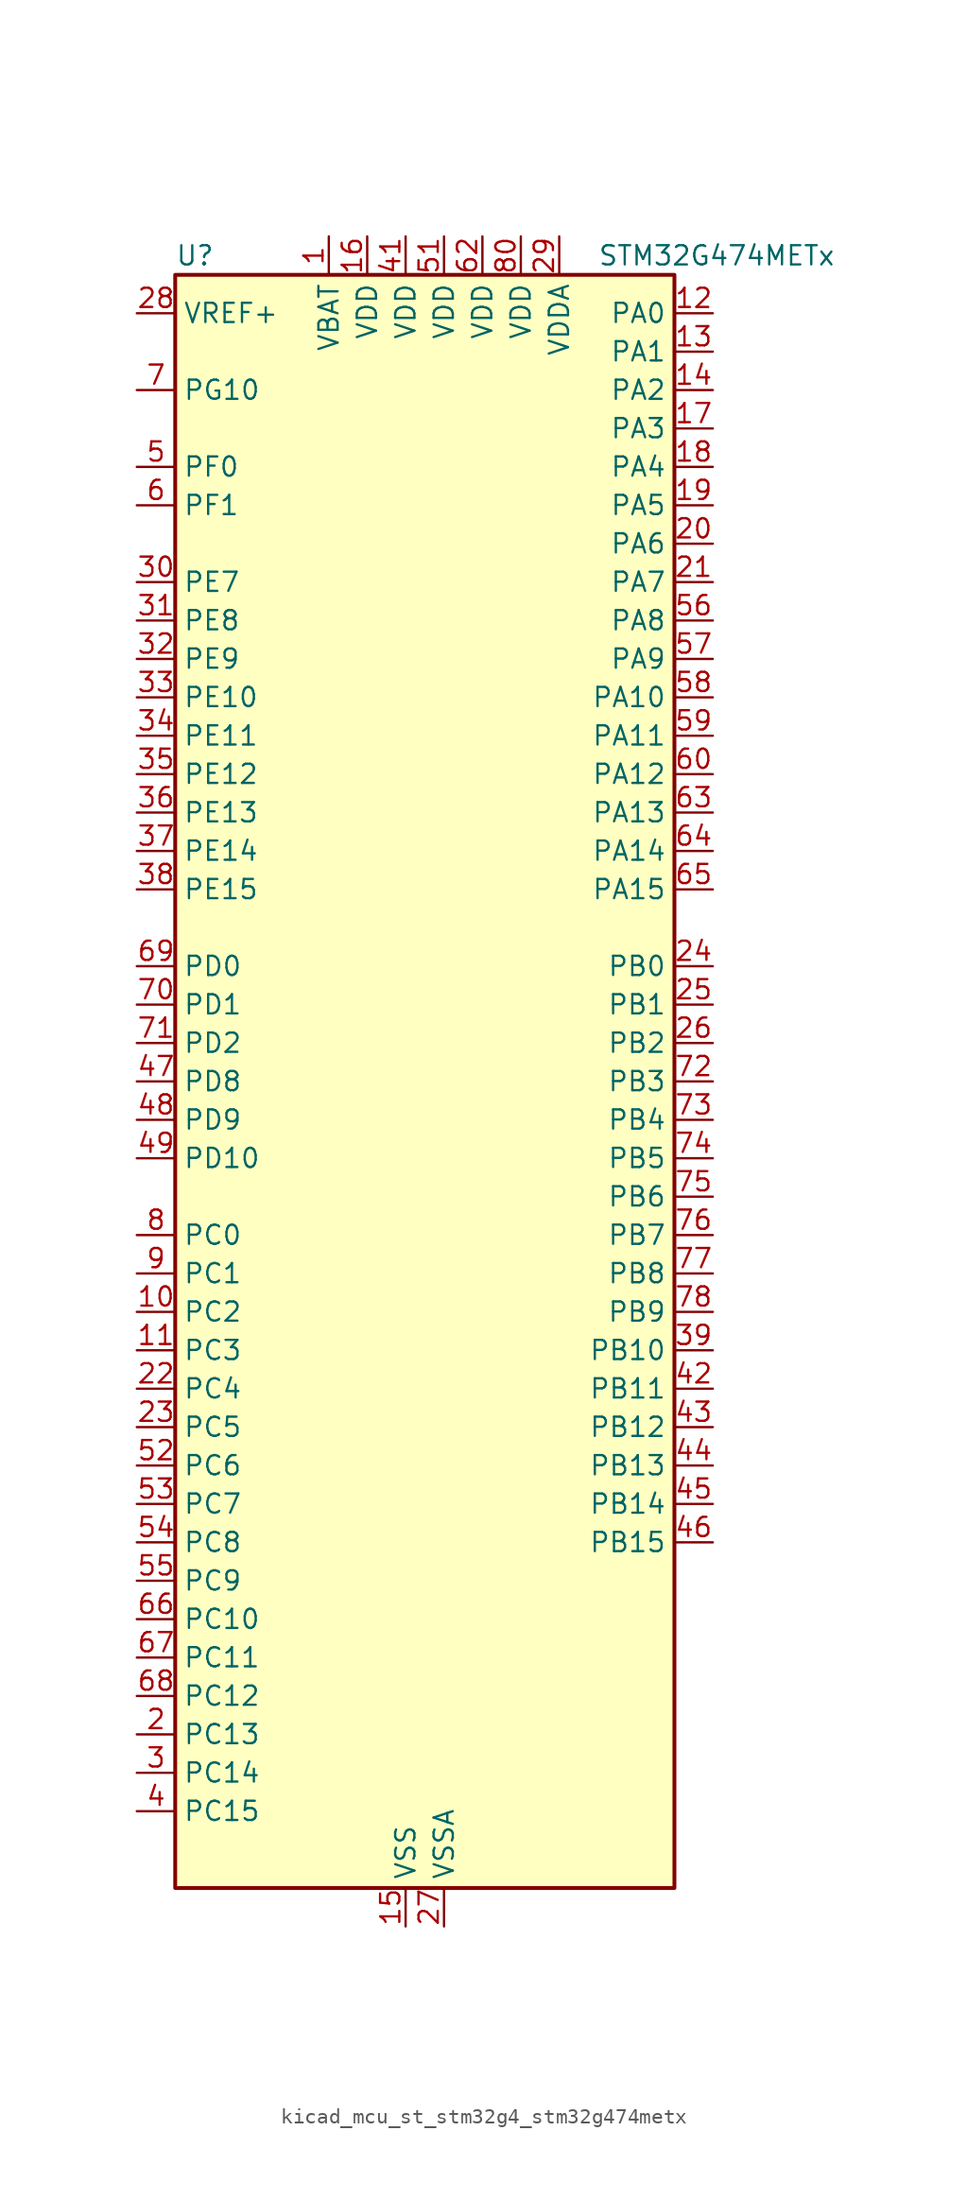
<source format=kicad_sym>
(kicad_symbol_lib
  (version 20220914)
  (generator kicad_symbol_editor)
  (symbol "kicad_mcu_st_stm32g4_stm32g474metx"
    (property "Reference" "U"
      (at -15.24 54.61 0)
      (effects (font (size 1.27 1.27)) (justify left)))
    (property "Value" "STM32G474METx"
      (at 12.7 54.61 0)
      (effects (font (size 1.27 1.27)) (justify left)))
    (property "ki_locked" ""
      (at 0 0 0)
      (effects (font (size 1.27 1.27))))
    (symbol "kicad_mcu_st_stm32g4_stm32g474metx_0_1"
      (rectangle (start -15.24 -53.34) (end 17.78 53.34) (stroke (width 0.254) (type default)) (fill (type background))))
    (symbol "kicad_mcu_st_stm32g4_stm32g474metx_1_1"
      (pin power_in line (at -5.08 55.88 270) (length 2.54) (name "VBAT" (effects (font (size 1.27 1.27)))) (number "1" (effects (font (size 1.27 1.27)))))
      (pin bidirectional line (at -17.78 -15.24 0) (length 2.54) (name "PC2" (effects (font (size 1.27 1.27)))) (number "10" (effects (font (size 1.27 1.27)))) (alternate "ADC1_IN8" bidirectional line) (alternate "ADC2_IN8" bidirectional line) (alternate "ADC3_EXTI2" bidirectional line) (alternate "ADC4_EXTI2" bidirectional line) (alternate "ADC5_EXTI2" bidirectional line) (alternate "COMP3_OUT" bidirectional line) (alternate "LPTIM1_IN2" bidirectional line) (alternate "QUADSPI1_BK2_IO1" bidirectional line) (alternate "TIM1_CH3" bidirectional line) (alternate "TIM20_CH2" bidirectional line))
      (pin bidirectional line (at -17.78 -17.78 0) (length 2.54) (name "PC3" (effects (font (size 1.27 1.27)))) (number "11" (effects (font (size 1.27 1.27)))) (alternate "ADC1_IN9" bidirectional line) (alternate "ADC2_IN9" bidirectional line) (alternate "ADC3_EXTI3" bidirectional line) (alternate "ADC4_EXTI3" bidirectional line) (alternate "ADC5_EXTI3" bidirectional line) (alternate "LPTIM1_ETR" bidirectional line) (alternate "OPAMP5_VINP" bidirectional line) (alternate "OPAMP5_VINP_SEC" bidirectional line) (alternate "QUADSPI1_BK2_IO2" bidirectional line) (alternate "SAI1_D1" bidirectional line) (alternate "SAI1_SD_A" bidirectional line) (alternate "TIM1_BKIN2" bidirectional line) (alternate "TIM1_CH4" bidirectional line))
      (pin bidirectional line (at 20.32 50.8 180) (length 2.54) (name "PA0" (effects (font (size 1.27 1.27)))) (number "12" (effects (font (size 1.27 1.27)))) (alternate "ADC1_IN1" bidirectional line) (alternate "ADC2_IN1" bidirectional line) (alternate "COMP1_INM" bidirectional line) (alternate "COMP1_OUT" bidirectional line) (alternate "COMP3_INP" bidirectional line) (alternate "RTC_TAMP2" bidirectional line) (alternate "SYS_WKUP1" bidirectional line) (alternate "TIM2_CH1" bidirectional line) (alternate "TIM2_ETR" bidirectional line) (alternate "TIM5_CH1" bidirectional line) (alternate "TIM8_BKIN" bidirectional line) (alternate "TIM8_ETR" bidirectional line) (alternate "USART2_CTS" bidirectional line) (alternate "USART2_NSS" bidirectional line))
      (pin bidirectional line (at 20.32 48.26 180) (length 2.54) (name "PA1" (effects (font (size 1.27 1.27)))) (number "13" (effects (font (size 1.27 1.27)))) (alternate "ADC1_IN2" bidirectional line) (alternate "ADC2_IN2" bidirectional line) (alternate "COMP1_INP" bidirectional line) (alternate "OPAMP1_VINP" bidirectional line) (alternate "OPAMP1_VINP_SEC" bidirectional line) (alternate "OPAMP3_VINP" bidirectional line) (alternate "OPAMP3_VINP_SEC" bidirectional line) (alternate "OPAMP6_VINM" bidirectional line) (alternate "OPAMP6_VINM0" bidirectional line) (alternate "OPAMP6_VINM_SEC" bidirectional line) (alternate "RTC_REFIN" bidirectional line) (alternate "TIM15_CH1N" bidirectional line) (alternate "TIM2_CH2" bidirectional line) (alternate "TIM5_CH2" bidirectional line) (alternate "USART2_DE" bidirectional line) (alternate "USART2_RTS" bidirectional line))
      (pin bidirectional line (at 20.32 45.72 180) (length 2.54) (name "PA2" (effects (font (size 1.27 1.27)))) (number "14" (effects (font (size 1.27 1.27)))) (alternate "ADC1_IN3" bidirectional line) (alternate "ADC3_EXTI2" bidirectional line) (alternate "ADC4_EXTI2" bidirectional line) (alternate "ADC5_EXTI2" bidirectional line) (alternate "COMP2_INM" bidirectional line) (alternate "COMP2_OUT" bidirectional line) (alternate "LPUART1_TX" bidirectional line) (alternate "OPAMP1_VOUT" bidirectional line) (alternate "QUADSPI1_BK1_NCS" bidirectional line) (alternate "RCC_LSCO" bidirectional line) (alternate "SYS_WKUP4" bidirectional line) (alternate "TIM15_CH1" bidirectional line) (alternate "TIM2_CH3" bidirectional line) (alternate "TIM5_CH3" bidirectional line) (alternate "UCPD1_FRSTX1" bidirectional line) (alternate "UCPD1_FRSTX2" bidirectional line) (alternate "USART2_TX" bidirectional line))
      (pin power_in line (at 0 -55.88 90) (length 2.54) (name "VSS" (effects (font (size 1.27 1.27)))) (number "15" (effects (font (size 1.27 1.27)))))
      (pin power_in line (at -2.54 55.88 270) (length 2.54) (name "VDD" (effects (font (size 1.27 1.27)))) (number "16" (effects (font (size 1.27 1.27)))))
      (pin bidirectional line (at 20.32 43.18 180) (length 2.54) (name "PA3" (effects (font (size 1.27 1.27)))) (number "17" (effects (font (size 1.27 1.27)))) (alternate "ADC1_IN4" bidirectional line) (alternate "ADC3_EXTI3" bidirectional line) (alternate "ADC4_EXTI3" bidirectional line) (alternate "ADC5_EXTI3" bidirectional line) (alternate "COMP2_INP" bidirectional line) (alternate "LPUART1_RX" bidirectional line) (alternate "OPAMP1_VINM" bidirectional line) (alternate "OPAMP1_VINM0" bidirectional line) (alternate "OPAMP1_VINM_SEC" bidirectional line) (alternate "OPAMP1_VINP" bidirectional line) (alternate "OPAMP1_VINP_SEC" bidirectional line) (alternate "OPAMP5_VINM" bidirectional line) (alternate "OPAMP5_VINM1" bidirectional line) (alternate "OPAMP5_VINM_SEC" bidirectional line) (alternate "QUADSPI1_CLK" bidirectional line) (alternate "SAI1_CK1" bidirectional line) (alternate "SAI1_MCLK_A" bidirectional line) (alternate "TIM15_CH2" bidirectional line) (alternate "TIM2_CH4" bidirectional line) (alternate "TIM5_CH4" bidirectional line) (alternate "USART2_RX" bidirectional line))
      (pin bidirectional line (at 20.32 40.64 180) (length 2.54) (name "PA4" (effects (font (size 1.27 1.27)))) (number "18" (effects (font (size 1.27 1.27)))) (alternate "ADC2_IN17" bidirectional line) (alternate "COMP1_INM" bidirectional line) (alternate "DAC1_OUT1" bidirectional line) (alternate "I2S3_WS" bidirectional line) (alternate "SAI1_FS_B" bidirectional line) (alternate "SPI1_NSS" bidirectional line) (alternate "SPI3_NSS" bidirectional line) (alternate "TIM3_CH2" bidirectional line) (alternate "USART2_CK" bidirectional line))
      (pin bidirectional line (at 20.32 38.1 180) (length 2.54) (name "PA5" (effects (font (size 1.27 1.27)))) (number "19" (effects (font (size 1.27 1.27)))) (alternate "ADC2_IN13" bidirectional line) (alternate "COMP2_INM" bidirectional line) (alternate "DAC1_OUT2" bidirectional line) (alternate "OPAMP2_VINM" bidirectional line) (alternate "OPAMP2_VINM0" bidirectional line) (alternate "OPAMP2_VINM_SEC" bidirectional line) (alternate "SPI1_SCK" bidirectional line) (alternate "TIM2_CH1" bidirectional line) (alternate "TIM2_ETR" bidirectional line) (alternate "UCPD1_FRSTX1" bidirectional line) (alternate "UCPD1_FRSTX2" bidirectional line))
      (pin bidirectional line (at -17.78 -43.18 0) (length 2.54) (name "PC13" (effects (font (size 1.27 1.27)))) (number "2" (effects (font (size 1.27 1.27)))) (alternate "RTC_OUT1" bidirectional line) (alternate "RTC_TAMP1" bidirectional line) (alternate "RTC_TS" bidirectional line) (alternate "SYS_WKUP2" bidirectional line) (alternate "TIM1_BKIN" bidirectional line) (alternate "TIM1_CH1N" bidirectional line) (alternate "TIM8_CH4N" bidirectional line))
      (pin bidirectional line (at 20.32 35.56 180) (length 2.54) (name "PA6" (effects (font (size 1.27 1.27)))) (number "20" (effects (font (size 1.27 1.27)))) (alternate "ADC2_IN3" bidirectional line) (alternate "COMP1_OUT" bidirectional line) (alternate "DAC2_OUT1" bidirectional line) (alternate "LPUART1_CTS" bidirectional line) (alternate "OPAMP2_VOUT" bidirectional line) (alternate "QUADSPI1_BK1_IO3" bidirectional line) (alternate "SPI1_MISO" bidirectional line) (alternate "TIM16_CH1" bidirectional line) (alternate "TIM1_BKIN" bidirectional line) (alternate "TIM3_CH1" bidirectional line) (alternate "TIM8_BKIN" bidirectional line))
      (pin bidirectional line (at 20.32 33.02 180) (length 2.54) (name "PA7" (effects (font (size 1.27 1.27)))) (number "21" (effects (font (size 1.27 1.27)))) (alternate "ADC2_IN4" bidirectional line) (alternate "COMP2_INP" bidirectional line) (alternate "COMP2_OUT" bidirectional line) (alternate "OPAMP1_VINP" bidirectional line) (alternate "OPAMP1_VINP_SEC" bidirectional line) (alternate "OPAMP2_VINP" bidirectional line) (alternate "OPAMP2_VINP_SEC" bidirectional line) (alternate "QUADSPI1_BK1_IO2" bidirectional line) (alternate "SPI1_MOSI" bidirectional line) (alternate "TIM17_CH1" bidirectional line) (alternate "TIM1_CH1N" bidirectional line) (alternate "TIM3_CH2" bidirectional line) (alternate "TIM8_CH1N" bidirectional line) (alternate "UCPD1_FRSTX1" bidirectional line) (alternate "UCPD1_FRSTX2" bidirectional line))
      (pin bidirectional line (at -17.78 -20.32 0) (length 2.54) (name "PC4" (effects (font (size 1.27 1.27)))) (number "22" (effects (font (size 1.27 1.27)))) (alternate "ADC2_IN5" bidirectional line) (alternate "I2C2_SCL" bidirectional line) (alternate "QUADSPI1_BK2_IO3" bidirectional line) (alternate "TIM1_ETR" bidirectional line) (alternate "USART1_TX" bidirectional line))
      (pin bidirectional line (at -17.78 -22.86 0) (length 2.54) (name "PC5" (effects (font (size 1.27 1.27)))) (number "23" (effects (font (size 1.27 1.27)))) (alternate "ADC2_IN11" bidirectional line) (alternate "HRTIM1_EEV10" bidirectional line) (alternate "OPAMP1_VINM" bidirectional line) (alternate "OPAMP1_VINM1" bidirectional line) (alternate "OPAMP1_VINM_SEC" bidirectional line) (alternate "OPAMP2_VINM" bidirectional line) (alternate "OPAMP2_VINM1" bidirectional line) (alternate "OPAMP2_VINM_SEC" bidirectional line) (alternate "SAI1_D3" bidirectional line) (alternate "SYS_WKUP5" bidirectional line) (alternate "TIM15_BKIN" bidirectional line) (alternate "TIM1_CH4N" bidirectional line) (alternate "USART1_RX" bidirectional line))
      (pin bidirectional line (at 20.32 7.62 180) (length 2.54) (name "PB0" (effects (font (size 1.27 1.27)))) (number "24" (effects (font (size 1.27 1.27)))) (alternate "ADC1_IN15" bidirectional line) (alternate "ADC3_IN12" bidirectional line) (alternate "COMP4_INP" bidirectional line) (alternate "HRTIM1_FLT5" bidirectional line) (alternate "OPAMP2_VINP" bidirectional line) (alternate "OPAMP2_VINP_SEC" bidirectional line) (alternate "OPAMP3_VINP" bidirectional line) (alternate "OPAMP3_VINP_SEC" bidirectional line) (alternate "QUADSPI1_BK1_IO1" bidirectional line) (alternate "TIM1_CH2N" bidirectional line) (alternate "TIM3_CH3" bidirectional line) (alternate "TIM8_CH2N" bidirectional line) (alternate "UCPD1_FRSTX1" bidirectional line) (alternate "UCPD1_FRSTX2" bidirectional line))
      (pin bidirectional line (at 20.32 5.08 180) (length 2.54) (name "PB1" (effects (font (size 1.27 1.27)))) (number "25" (effects (font (size 1.27 1.27)))) (alternate "ADC1_IN12" bidirectional line) (alternate "ADC3_IN1" bidirectional line) (alternate "COMP1_INP" bidirectional line) (alternate "COMP4_OUT" bidirectional line) (alternate "HRTIM1_SCOUT" bidirectional line) (alternate "LPUART1_DE" bidirectional line) (alternate "LPUART1_RTS" bidirectional line) (alternate "OPAMP3_VOUT" bidirectional line) (alternate "OPAMP6_VINM" bidirectional line) (alternate "OPAMP6_VINM1" bidirectional line) (alternate "OPAMP6_VINM_SEC" bidirectional line) (alternate "QUADSPI1_BK1_IO0" bidirectional line) (alternate "TIM1_CH3N" bidirectional line) (alternate "TIM3_CH4" bidirectional line) (alternate "TIM8_CH3N" bidirectional line))
      (pin bidirectional line (at 20.32 2.54 180) (length 2.54) (name "PB2" (effects (font (size 1.27 1.27)))) (number "26" (effects (font (size 1.27 1.27)))) (alternate "ADC2_IN12" bidirectional line) (alternate "ADC3_EXTI2" bidirectional line) (alternate "ADC4_EXTI2" bidirectional line) (alternate "ADC5_EXTI2" bidirectional line) (alternate "COMP4_INM" bidirectional line) (alternate "HRTIM1_SCIN" bidirectional line) (alternate "I2C3_SMBA" bidirectional line) (alternate "LPTIM1_OUT" bidirectional line) (alternate "OPAMP3_VINM" bidirectional line) (alternate "OPAMP3_VINM0" bidirectional line) (alternate "OPAMP3_VINM_SEC" bidirectional line) (alternate "QUADSPI1_BK2_IO1" bidirectional line) (alternate "RTC_OUT2" bidirectional line) (alternate "TIM20_CH1" bidirectional line) (alternate "TIM5_CH1" bidirectional line))
      (pin power_in line (at 2.54 -55.88 90) (length 2.54) (name "VSSA" (effects (font (size 1.27 1.27)))) (number "27" (effects (font (size 1.27 1.27)))))
      (pin input line (at -17.78 50.8 0) (length 2.54) (name "VREF+" (effects (font (size 1.27 1.27)))) (number "28" (effects (font (size 1.27 1.27)))) (alternate "VREFBUF_OUT" bidirectional line))
      (pin power_in line (at 10.16 55.88 270) (length 2.54) (name "VDDA" (effects (font (size 1.27 1.27)))) (number "29" (effects (font (size 1.27 1.27)))))
      (pin bidirectional line (at -17.78 -45.72 0) (length 2.54) (name "PC14" (effects (font (size 1.27 1.27)))) (number "3" (effects (font (size 1.27 1.27)))) (alternate "RCC_OSC32_IN" bidirectional line))
      (pin bidirectional line (at -17.78 33.02 0) (length 2.54) (name "PE7" (effects (font (size 1.27 1.27)))) (number "30" (effects (font (size 1.27 1.27)))) (alternate "ADC3_IN4" bidirectional line) (alternate "COMP4_INP" bidirectional line) (alternate "SAI1_SD_B" bidirectional line) (alternate "TIM1_ETR" bidirectional line))
      (pin bidirectional line (at -17.78 30.48 0) (length 2.54) (name "PE8" (effects (font (size 1.27 1.27)))) (number "31" (effects (font (size 1.27 1.27)))) (alternate "ADC3_IN6" bidirectional line) (alternate "ADC4_IN6" bidirectional line) (alternate "ADC5_IN6" bidirectional line) (alternate "COMP4_INM" bidirectional line) (alternate "SAI1_SCK_B" bidirectional line) (alternate "TIM1_CH1N" bidirectional line) (alternate "TIM5_CH3" bidirectional line))
      (pin bidirectional line (at -17.78 27.94 0) (length 2.54) (name "PE9" (effects (font (size 1.27 1.27)))) (number "32" (effects (font (size 1.27 1.27)))) (alternate "ADC3_IN2" bidirectional line) (alternate "DAC1_EXTI9" bidirectional line) (alternate "DAC2_EXTI9" bidirectional line) (alternate "DAC3_EXTI9" bidirectional line) (alternate "DAC4_EXTI9" bidirectional line) (alternate "SAI1_FS_B" bidirectional line) (alternate "TIM1_CH1" bidirectional line) (alternate "TIM5_CH4" bidirectional line))
      (pin bidirectional line (at -17.78 25.4 0) (length 2.54) (name "PE10" (effects (font (size 1.27 1.27)))) (number "33" (effects (font (size 1.27 1.27)))) (alternate "ADC3_IN14" bidirectional line) (alternate "ADC4_IN14" bidirectional line) (alternate "ADC5_IN14" bidirectional line) (alternate "DAC1_EXTI10" bidirectional line) (alternate "DAC2_EXTI10" bidirectional line) (alternate "DAC3_EXTI10" bidirectional line) (alternate "DAC4_EXTI10" bidirectional line) (alternate "QUADSPI1_CLK" bidirectional line) (alternate "SAI1_MCLK_B" bidirectional line) (alternate "TIM1_CH2N" bidirectional line))
      (pin bidirectional line (at -17.78 22.86 0) (length 2.54) (name "PE11" (effects (font (size 1.27 1.27)))) (number "34" (effects (font (size 1.27 1.27)))) (alternate "ADC1_EXTI11" bidirectional line) (alternate "ADC2_EXTI11" bidirectional line) (alternate "ADC3_IN15" bidirectional line) (alternate "ADC4_IN15" bidirectional line) (alternate "ADC5_IN15" bidirectional line) (alternate "QUADSPI1_BK1_NCS" bidirectional line) (alternate "SPI4_NSS" bidirectional line) (alternate "TIM1_CH2" bidirectional line))
      (pin bidirectional line (at -17.78 20.32 0) (length 2.54) (name "PE12" (effects (font (size 1.27 1.27)))) (number "35" (effects (font (size 1.27 1.27)))) (alternate "ADC3_IN16" bidirectional line) (alternate "ADC4_IN16" bidirectional line) (alternate "ADC5_IN16" bidirectional line) (alternate "QUADSPI1_BK1_IO0" bidirectional line) (alternate "SPI4_SCK" bidirectional line) (alternate "TIM1_CH3N" bidirectional line))
      (pin bidirectional line (at -17.78 17.78 0) (length 2.54) (name "PE13" (effects (font (size 1.27 1.27)))) (number "36" (effects (font (size 1.27 1.27)))) (alternate "ADC3_IN3" bidirectional line) (alternate "QUADSPI1_BK1_IO1" bidirectional line) (alternate "SPI4_MISO" bidirectional line) (alternate "TIM1_CH3" bidirectional line))
      (pin bidirectional line (at -17.78 15.24 0) (length 2.54) (name "PE14" (effects (font (size 1.27 1.27)))) (number "37" (effects (font (size 1.27 1.27)))) (alternate "ADC4_IN1" bidirectional line) (alternate "QUADSPI1_BK1_IO2" bidirectional line) (alternate "SPI4_MOSI" bidirectional line) (alternate "TIM1_BKIN2" bidirectional line) (alternate "TIM1_CH4" bidirectional line))
      (pin bidirectional line (at -17.78 12.7 0) (length 2.54) (name "PE15" (effects (font (size 1.27 1.27)))) (number "38" (effects (font (size 1.27 1.27)))) (alternate "ADC1_EXTI15" bidirectional line) (alternate "ADC2_EXTI15" bidirectional line) (alternate "ADC4_IN2" bidirectional line) (alternate "QUADSPI1_BK1_IO3" bidirectional line) (alternate "TIM1_BKIN" bidirectional line) (alternate "TIM1_CH4N" bidirectional line) (alternate "USART3_RX" bidirectional line))
      (pin bidirectional line (at 20.32 -17.78 180) (length 2.54) (name "PB10" (effects (font (size 1.27 1.27)))) (number "39" (effects (font (size 1.27 1.27)))) (alternate "COMP5_INM" bidirectional line) (alternate "DAC1_EXTI10" bidirectional line) (alternate "DAC2_EXTI10" bidirectional line) (alternate "DAC3_EXTI10" bidirectional line) (alternate "DAC4_EXTI10" bidirectional line) (alternate "HRTIM1_FLT3" bidirectional line) (alternate "LPUART1_RX" bidirectional line) (alternate "OPAMP3_VINM" bidirectional line) (alternate "OPAMP3_VINM1" bidirectional line) (alternate "OPAMP3_VINM_SEC" bidirectional line) (alternate "OPAMP4_VINM" bidirectional line) (alternate "OPAMP4_VINM0" bidirectional line) (alternate "OPAMP4_VINM_SEC" bidirectional line) (alternate "QUADSPI1_CLK" bidirectional line) (alternate "SAI1_SCK_A" bidirectional line) (alternate "TIM1_BKIN" bidirectional line) (alternate "TIM2_CH3" bidirectional line) (alternate "USART3_TX" bidirectional line))
      (pin bidirectional line (at -17.78 -48.26 0) (length 2.54) (name "PC15" (effects (font (size 1.27 1.27)))) (number "4" (effects (font (size 1.27 1.27)))) (alternate "ADC1_EXTI15" bidirectional line) (alternate "ADC2_EXTI15" bidirectional line) (alternate "RCC_OSC32_OUT" bidirectional line))
      (pin passive line (at 0 -55.88 90) (length 2.54) hide (name "VSS" (effects (font (size 1.27 1.27)))) (number "40" (effects (font (size 1.27 1.27)))))
      (pin power_in line (at 0 55.88 270) (length 2.54) (name "VDD" (effects (font (size 1.27 1.27)))) (number "41" (effects (font (size 1.27 1.27)))))
      (pin bidirectional line (at 20.32 -20.32 180) (length 2.54) (name "PB11" (effects (font (size 1.27 1.27)))) (number "42" (effects (font (size 1.27 1.27)))) (alternate "ADC1_EXTI11" bidirectional line) (alternate "ADC1_IN14" bidirectional line) (alternate "ADC2_EXTI11" bidirectional line) (alternate "ADC2_IN14" bidirectional line) (alternate "COMP6_INP" bidirectional line) (alternate "HRTIM1_FLT4" bidirectional line) (alternate "LPUART1_TX" bidirectional line) (alternate "OPAMP4_VINP" bidirectional line) (alternate "OPAMP4_VINP_SEC" bidirectional line) (alternate "OPAMP6_VOUT" bidirectional line) (alternate "QUADSPI1_BK1_NCS" bidirectional line) (alternate "TIM2_CH4" bidirectional line) (alternate "USART3_RX" bidirectional line))
      (pin bidirectional line (at 20.32 -22.86 180) (length 2.54) (name "PB12" (effects (font (size 1.27 1.27)))) (number "43" (effects (font (size 1.27 1.27)))) (alternate "ADC1_IN11" bidirectional line) (alternate "ADC4_IN3" bidirectional line) (alternate "COMP7_INM" bidirectional line) (alternate "FDCAN2_RX" bidirectional line) (alternate "HRTIM1_CHC1" bidirectional line) (alternate "I2C2_SMBA" bidirectional line) (alternate "I2S2_WS" bidirectional line) (alternate "LPUART1_DE" bidirectional line) (alternate "LPUART1_RTS" bidirectional line) (alternate "OPAMP4_VOUT" bidirectional line) (alternate "OPAMP6_VINP" bidirectional line) (alternate "OPAMP6_VINP_SEC" bidirectional line) (alternate "SPI2_NSS" bidirectional line) (alternate "TIM1_BKIN" bidirectional line) (alternate "TIM5_ETR" bidirectional line) (alternate "USART3_CK" bidirectional line))
      (pin bidirectional line (at 20.32 -25.4 180) (length 2.54) (name "PB13" (effects (font (size 1.27 1.27)))) (number "44" (effects (font (size 1.27 1.27)))) (alternate "ADC3_IN5" bidirectional line) (alternate "COMP5_INP" bidirectional line) (alternate "FDCAN2_TX" bidirectional line) (alternate "HRTIM1_CHC2" bidirectional line) (alternate "I2S2_CK" bidirectional line) (alternate "LPUART1_CTS" bidirectional line) (alternate "OPAMP3_VINP" bidirectional line) (alternate "OPAMP3_VINP_SEC" bidirectional line) (alternate "OPAMP4_VINP" bidirectional line) (alternate "OPAMP4_VINP_SEC" bidirectional line) (alternate "OPAMP6_VINP" bidirectional line) (alternate "OPAMP6_VINP_SEC" bidirectional line) (alternate "SPI2_SCK" bidirectional line) (alternate "TIM1_CH1N" bidirectional line) (alternate "USART3_CTS" bidirectional line) (alternate "USART3_NSS" bidirectional line))
      (pin bidirectional line (at 20.32 -27.94 180) (length 2.54) (name "PB14" (effects (font (size 1.27 1.27)))) (number "45" (effects (font (size 1.27 1.27)))) (alternate "ADC1_IN5" bidirectional line) (alternate "ADC4_IN4" bidirectional line) (alternate "COMP4_OUT" bidirectional line) (alternate "COMP7_INP" bidirectional line) (alternate "HRTIM1_CHD1" bidirectional line) (alternate "OPAMP2_VINP" bidirectional line) (alternate "OPAMP2_VINP_SEC" bidirectional line) (alternate "OPAMP5_VINP" bidirectional line) (alternate "OPAMP5_VINP_SEC" bidirectional line) (alternate "SPI2_MISO" bidirectional line) (alternate "TIM15_CH1" bidirectional line) (alternate "TIM1_CH2N" bidirectional line) (alternate "USART3_DE" bidirectional line) (alternate "USART3_RTS" bidirectional line))
      (pin bidirectional line (at 20.32 -30.48 180) (length 2.54) (name "PB15" (effects (font (size 1.27 1.27)))) (number "46" (effects (font (size 1.27 1.27)))) (alternate "ADC1_EXTI15" bidirectional line) (alternate "ADC2_EXTI15" bidirectional line) (alternate "ADC2_IN15" bidirectional line) (alternate "ADC4_IN5" bidirectional line) (alternate "COMP3_OUT" bidirectional line) (alternate "COMP6_INM" bidirectional line) (alternate "HRTIM1_CHD2" bidirectional line) (alternate "I2S2_SD" bidirectional line) (alternate "OPAMP5_VINM" bidirectional line) (alternate "OPAMP5_VINM0" bidirectional line) (alternate "OPAMP5_VINM_SEC" bidirectional line) (alternate "RTC_REFIN" bidirectional line) (alternate "SPI2_MOSI" bidirectional line) (alternate "TIM15_CH1N" bidirectional line) (alternate "TIM15_CH2" bidirectional line) (alternate "TIM1_CH3N" bidirectional line))
      (pin bidirectional line (at -17.78 0 0) (length 2.54) (name "PD8" (effects (font (size 1.27 1.27)))) (number "47" (effects (font (size 1.27 1.27)))) (alternate "ADC4_IN12" bidirectional line) (alternate "ADC5_IN12" bidirectional line) (alternate "OPAMP4_VINM" bidirectional line) (alternate "OPAMP4_VINM1" bidirectional line) (alternate "OPAMP4_VINM_SEC" bidirectional line) (alternate "USART3_TX" bidirectional line))
      (pin bidirectional line (at -17.78 -2.54 0) (length 2.54) (name "PD9" (effects (font (size 1.27 1.27)))) (number "48" (effects (font (size 1.27 1.27)))) (alternate "ADC4_IN13" bidirectional line) (alternate "ADC5_IN13" bidirectional line) (alternate "DAC1_EXTI9" bidirectional line) (alternate "DAC2_EXTI9" bidirectional line) (alternate "DAC3_EXTI9" bidirectional line) (alternate "DAC4_EXTI9" bidirectional line) (alternate "OPAMP6_VINP" bidirectional line) (alternate "OPAMP6_VINP_SEC" bidirectional line) (alternate "USART3_RX" bidirectional line))
      (pin bidirectional line (at -17.78 -5.08 0) (length 2.54) (name "PD10" (effects (font (size 1.27 1.27)))) (number "49" (effects (font (size 1.27 1.27)))) (alternate "ADC3_IN7" bidirectional line) (alternate "ADC4_IN7" bidirectional line) (alternate "ADC5_IN7" bidirectional line) (alternate "COMP6_INM" bidirectional line) (alternate "DAC1_EXTI10" bidirectional line) (alternate "DAC2_EXTI10" bidirectional line) (alternate "DAC3_EXTI10" bidirectional line) (alternate "DAC4_EXTI10" bidirectional line) (alternate "USART3_CK" bidirectional line))
      (pin bidirectional line (at -17.78 40.64 0) (length 2.54) (name "PF0" (effects (font (size 1.27 1.27)))) (number "5" (effects (font (size 1.27 1.27)))) (alternate "ADC1_IN10" bidirectional line) (alternate "I2C2_SDA" bidirectional line) (alternate "I2S2_WS" bidirectional line) (alternate "RCC_OSC_IN" bidirectional line) (alternate "SPI2_NSS" bidirectional line) (alternate "TIM1_CH3N" bidirectional line))
      (pin passive line (at 0 -55.88 90) (length 2.54) hide (name "VSS" (effects (font (size 1.27 1.27)))) (number "50" (effects (font (size 1.27 1.27)))))
      (pin power_in line (at 2.54 55.88 270) (length 2.54) (name "VDD" (effects (font (size 1.27 1.27)))) (number "51" (effects (font (size 1.27 1.27)))))
      (pin bidirectional line (at -17.78 -25.4 0) (length 2.54) (name "PC6" (effects (font (size 1.27 1.27)))) (number "52" (effects (font (size 1.27 1.27)))) (alternate "COMP6_OUT" bidirectional line) (alternate "HRTIM1_CHF1" bidirectional line) (alternate "HRTIM1_EEV10" bidirectional line) (alternate "I2C4_SCL" bidirectional line) (alternate "I2S2_MCK" bidirectional line) (alternate "TIM3_CH1" bidirectional line) (alternate "TIM8_CH1" bidirectional line))
      (pin bidirectional line (at -17.78 -27.94 0) (length 2.54) (name "PC7" (effects (font (size 1.27 1.27)))) (number "53" (effects (font (size 1.27 1.27)))) (alternate "COMP5_OUT" bidirectional line) (alternate "HRTIM1_CHF2" bidirectional line) (alternate "HRTIM1_FLT5" bidirectional line) (alternate "I2C4_SDA" bidirectional line) (alternate "I2S3_MCK" bidirectional line) (alternate "TIM3_CH2" bidirectional line) (alternate "TIM8_CH2" bidirectional line))
      (pin bidirectional line (at -17.78 -30.48 0) (length 2.54) (name "PC8" (effects (font (size 1.27 1.27)))) (number "54" (effects (font (size 1.27 1.27)))) (alternate "COMP7_OUT" bidirectional line) (alternate "HRTIM1_CHE1" bidirectional line) (alternate "I2C3_SCL" bidirectional line) (alternate "TIM20_CH3" bidirectional line) (alternate "TIM3_CH3" bidirectional line) (alternate "TIM8_CH3" bidirectional line))
      (pin bidirectional line (at -17.78 -33.02 0) (length 2.54) (name "PC9" (effects (font (size 1.27 1.27)))) (number "55" (effects (font (size 1.27 1.27)))) (alternate "DAC1_EXTI9" bidirectional line) (alternate "DAC2_EXTI9" bidirectional line) (alternate "DAC3_EXTI9" bidirectional line) (alternate "DAC4_EXTI9" bidirectional line) (alternate "HRTIM1_CHE2" bidirectional line) (alternate "I2C3_SDA" bidirectional line) (alternate "I2S_CKIN" bidirectional line) (alternate "TIM3_CH4" bidirectional line) (alternate "TIM8_BKIN2" bidirectional line) (alternate "TIM8_CH4" bidirectional line))
      (pin bidirectional line (at 20.32 30.48 180) (length 2.54) (name "PA8" (effects (font (size 1.27 1.27)))) (number "56" (effects (font (size 1.27 1.27)))) (alternate "ADC5_IN1" bidirectional line) (alternate "COMP7_OUT" bidirectional line) (alternate "FDCAN3_RX" bidirectional line) (alternate "HRTIM1_CHA1" bidirectional line) (alternate "I2C2_SDA" bidirectional line) (alternate "I2C3_SCL" bidirectional line) (alternate "I2S2_MCK" bidirectional line) (alternate "OPAMP5_VOUT" bidirectional line) (alternate "RCC_MCO" bidirectional line) (alternate "SAI1_CK2" bidirectional line) (alternate "SAI1_SCK_A" bidirectional line) (alternate "TIM1_CH1" bidirectional line) (alternate "TIM4_ETR" bidirectional line) (alternate "USART1_CK" bidirectional line))
      (pin bidirectional line (at 20.32 27.94 180) (length 2.54) (name "PA9" (effects (font (size 1.27 1.27)))) (number "57" (effects (font (size 1.27 1.27)))) (alternate "ADC5_IN2" bidirectional line) (alternate "COMP5_OUT" bidirectional line) (alternate "DAC1_EXTI9" bidirectional line) (alternate "DAC2_EXTI9" bidirectional line) (alternate "DAC3_EXTI9" bidirectional line) (alternate "DAC4_EXTI9" bidirectional line) (alternate "HRTIM1_CHA2" bidirectional line) (alternate "I2C2_SCL" bidirectional line) (alternate "I2C3_SMBA" bidirectional line) (alternate "I2S3_MCK" bidirectional line) (alternate "SAI1_FS_A" bidirectional line) (alternate "TIM15_BKIN" bidirectional line) (alternate "TIM1_CH2" bidirectional line) (alternate "TIM2_CH3" bidirectional line) (alternate "UCPD1_DBCC1" bidirectional line) (alternate "USART1_TX" bidirectional line))
      (pin bidirectional line (at 20.32 25.4 180) (length 2.54) (name "PA10" (effects (font (size 1.27 1.27)))) (number "58" (effects (font (size 1.27 1.27)))) (alternate "COMP6_OUT" bidirectional line) (alternate "CRS_SYNC" bidirectional line) (alternate "DAC1_EXTI10" bidirectional line) (alternate "DAC2_EXTI10" bidirectional line) (alternate "DAC3_EXTI10" bidirectional line) (alternate "DAC4_EXTI10" bidirectional line) (alternate "HRTIM1_CHB1" bidirectional line) (alternate "I2C2_SMBA" bidirectional line) (alternate "SAI1_D1" bidirectional line) (alternate "SAI1_SD_A" bidirectional line) (alternate "SPI2_MISO" bidirectional line) (alternate "TIM17_BKIN" bidirectional line) (alternate "TIM1_CH3" bidirectional line) (alternate "TIM2_CH4" bidirectional line) (alternate "TIM8_BKIN" bidirectional line) (alternate "UCPD1_DBCC2" bidirectional line) (alternate "USART1_RX" bidirectional line))
      (pin bidirectional line (at 20.32 22.86 180) (length 2.54) (name "PA11" (effects (font (size 1.27 1.27)))) (number "59" (effects (font (size 1.27 1.27)))) (alternate "ADC1_EXTI11" bidirectional line) (alternate "ADC2_EXTI11" bidirectional line) (alternate "COMP1_OUT" bidirectional line) (alternate "FDCAN1_RX" bidirectional line) (alternate "HRTIM1_CHB2" bidirectional line) (alternate "I2S2_SD" bidirectional line) (alternate "SPI2_MOSI" bidirectional line) (alternate "TIM1_BKIN2" bidirectional line) (alternate "TIM1_CH1N" bidirectional line) (alternate "TIM1_CH4" bidirectional line) (alternate "TIM4_CH1" bidirectional line) (alternate "USART1_CTS" bidirectional line) (alternate "USART1_NSS" bidirectional line) (alternate "USB_DM" bidirectional line))
      (pin bidirectional line (at -17.78 38.1 0) (length 2.54) (name "PF1" (effects (font (size 1.27 1.27)))) (number "6" (effects (font (size 1.27 1.27)))) (alternate "ADC2_IN10" bidirectional line) (alternate "COMP3_INM" bidirectional line) (alternate "I2S2_CK" bidirectional line) (alternate "RCC_OSC_OUT" bidirectional line) (alternate "SPI2_SCK" bidirectional line))
      (pin bidirectional line (at 20.32 20.32 180) (length 2.54) (name "PA12" (effects (font (size 1.27 1.27)))) (number "60" (effects (font (size 1.27 1.27)))) (alternate "COMP2_OUT" bidirectional line) (alternate "FDCAN1_TX" bidirectional line) (alternate "HRTIM1_FLT1" bidirectional line) (alternate "I2S_CKIN" bidirectional line) (alternate "TIM16_CH1" bidirectional line) (alternate "TIM1_CH2N" bidirectional line) (alternate "TIM1_ETR" bidirectional line) (alternate "TIM4_CH2" bidirectional line) (alternate "USART1_DE" bidirectional line) (alternate "USART1_RTS" bidirectional line) (alternate "USB_DP" bidirectional line))
      (pin passive line (at 0 -55.88 90) (length 2.54) hide (name "VSS" (effects (font (size 1.27 1.27)))) (number "61" (effects (font (size 1.27 1.27)))))
      (pin power_in line (at 5.08 55.88 270) (length 2.54) (name "VDD" (effects (font (size 1.27 1.27)))) (number "62" (effects (font (size 1.27 1.27)))))
      (pin bidirectional line (at 20.32 17.78 180) (length 2.54) (name "PA13" (effects (font (size 1.27 1.27)))) (number "63" (effects (font (size 1.27 1.27)))) (alternate "I2C1_SCL" bidirectional line) (alternate "I2C4_SCL" bidirectional line) (alternate "IR_OUT" bidirectional line) (alternate "SAI1_SD_B" bidirectional line) (alternate "SYS_JTMS-SWDIO" bidirectional line) (alternate "TIM16_CH1N" bidirectional line) (alternate "TIM4_CH3" bidirectional line) (alternate "USART3_CTS" bidirectional line) (alternate "USART3_NSS" bidirectional line))
      (pin bidirectional line (at 20.32 15.24 180) (length 2.54) (name "PA14" (effects (font (size 1.27 1.27)))) (number "64" (effects (font (size 1.27 1.27)))) (alternate "I2C1_SDA" bidirectional line) (alternate "I2C4_SMBA" bidirectional line) (alternate "LPTIM1_OUT" bidirectional line) (alternate "SAI1_FS_B" bidirectional line) (alternate "SYS_JTCK-SWCLK" bidirectional line) (alternate "TIM1_BKIN" bidirectional line) (alternate "TIM8_CH2" bidirectional line) (alternate "USART2_TX" bidirectional line))
      (pin bidirectional line (at 20.32 12.7 180) (length 2.54) (name "PA15" (effects (font (size 1.27 1.27)))) (number "65" (effects (font (size 1.27 1.27)))) (alternate "ADC1_EXTI15" bidirectional line) (alternate "ADC2_EXTI15" bidirectional line) (alternate "FDCAN3_TX" bidirectional line) (alternate "HRTIM1_FLT2" bidirectional line) (alternate "I2C1_SCL" bidirectional line) (alternate "I2S3_WS" bidirectional line) (alternate "SPI1_NSS" bidirectional line) (alternate "SPI3_NSS" bidirectional line) (alternate "SYS_JTDI" bidirectional line) (alternate "TIM1_BKIN" bidirectional line) (alternate "TIM2_CH1" bidirectional line) (alternate "TIM2_ETR" bidirectional line) (alternate "TIM8_CH1" bidirectional line) (alternate "UART4_DE" bidirectional line) (alternate "UART4_RTS" bidirectional line) (alternate "USART2_RX" bidirectional line))
      (pin bidirectional line (at -17.78 -35.56 0) (length 2.54) (name "PC10" (effects (font (size 1.27 1.27)))) (number "66" (effects (font (size 1.27 1.27)))) (alternate "DAC1_EXTI10" bidirectional line) (alternate "DAC2_EXTI10" bidirectional line) (alternate "DAC3_EXTI10" bidirectional line) (alternate "DAC4_EXTI10" bidirectional line) (alternate "HRTIM1_FLT6" bidirectional line) (alternate "I2S3_CK" bidirectional line) (alternate "SPI3_SCK" bidirectional line) (alternate "TIM8_CH1N" bidirectional line) (alternate "UART4_TX" bidirectional line) (alternate "USART3_TX" bidirectional line))
      (pin bidirectional line (at -17.78 -38.1 0) (length 2.54) (name "PC11" (effects (font (size 1.27 1.27)))) (number "67" (effects (font (size 1.27 1.27)))) (alternate "ADC1_EXTI11" bidirectional line) (alternate "ADC2_EXTI11" bidirectional line) (alternate "HRTIM1_EEV2" bidirectional line) (alternate "I2C3_SDA" bidirectional line) (alternate "SPI3_MISO" bidirectional line) (alternate "TIM8_CH2N" bidirectional line) (alternate "UART4_RX" bidirectional line) (alternate "USART3_RX" bidirectional line))
      (pin bidirectional line (at -17.78 -40.64 0) (length 2.54) (name "PC12" (effects (font (size 1.27 1.27)))) (number "68" (effects (font (size 1.27 1.27)))) (alternate "HRTIM1_EEV1" bidirectional line) (alternate "I2S3_SD" bidirectional line) (alternate "SPI3_MOSI" bidirectional line) (alternate "TIM5_CH2" bidirectional line) (alternate "TIM8_CH3N" bidirectional line) (alternate "UART5_TX" bidirectional line) (alternate "UCPD1_FRSTX1" bidirectional line) (alternate "UCPD1_FRSTX2" bidirectional line) (alternate "USART3_CK" bidirectional line))
      (pin bidirectional line (at -17.78 7.62 0) (length 2.54) (name "PD0" (effects (font (size 1.27 1.27)))) (number "69" (effects (font (size 1.27 1.27)))) (alternate "FDCAN1_RX" bidirectional line) (alternate "TIM8_CH4N" bidirectional line))
      (pin bidirectional line (at -17.78 45.72 0) (length 2.54) (name "PG10" (effects (font (size 1.27 1.27)))) (number "7" (effects (font (size 1.27 1.27)))) (alternate "DAC1_EXTI10" bidirectional line) (alternate "DAC2_EXTI10" bidirectional line) (alternate "DAC3_EXTI10" bidirectional line) (alternate "DAC4_EXTI10" bidirectional line) (alternate "RCC_MCO" bidirectional line))
      (pin bidirectional line (at -17.78 5.08 0) (length 2.54) (name "PD1" (effects (font (size 1.27 1.27)))) (number "70" (effects (font (size 1.27 1.27)))) (alternate "FDCAN1_TX" bidirectional line) (alternate "TIM8_BKIN2" bidirectional line) (alternate "TIM8_CH4" bidirectional line))
      (pin bidirectional line (at -17.78 2.54 0) (length 2.54) (name "PD2" (effects (font (size 1.27 1.27)))) (number "71" (effects (font (size 1.27 1.27)))) (alternate "ADC3_EXTI2" bidirectional line) (alternate "ADC4_EXTI2" bidirectional line) (alternate "ADC5_EXTI2" bidirectional line) (alternate "TIM3_ETR" bidirectional line) (alternate "TIM8_BKIN" bidirectional line) (alternate "UART5_RX" bidirectional line))
      (pin bidirectional line (at 20.32 0 180) (length 2.54) (name "PB3" (effects (font (size 1.27 1.27)))) (number "72" (effects (font (size 1.27 1.27)))) (alternate "ADC3_EXTI3" bidirectional line) (alternate "ADC4_EXTI3" bidirectional line) (alternate "ADC5_EXTI3" bidirectional line) (alternate "CRS_SYNC" bidirectional line) (alternate "FDCAN3_RX" bidirectional line) (alternate "HRTIM1_EEV9" bidirectional line) (alternate "HRTIM1_SCOUT" bidirectional line) (alternate "I2S3_CK" bidirectional line) (alternate "SAI1_SCK_B" bidirectional line) (alternate "SPI1_SCK" bidirectional line) (alternate "SPI3_SCK" bidirectional line) (alternate "SYS_JTDO-SWO" bidirectional line) (alternate "TIM2_CH2" bidirectional line) (alternate "TIM3_ETR" bidirectional line) (alternate "TIM4_ETR" bidirectional line) (alternate "TIM8_CH1N" bidirectional line) (alternate "USART2_TX" bidirectional line))
      (pin bidirectional line (at 20.32 -2.54 180) (length 2.54) (name "PB4" (effects (font (size 1.27 1.27)))) (number "73" (effects (font (size 1.27 1.27)))) (alternate "FDCAN3_TX" bidirectional line) (alternate "HRTIM1_EEV7" bidirectional line) (alternate "SAI1_MCLK_B" bidirectional line) (alternate "SPI1_MISO" bidirectional line) (alternate "SPI3_MISO" bidirectional line) (alternate "SYS_JTRST" bidirectional line) (alternate "TIM16_CH1" bidirectional line) (alternate "TIM17_BKIN" bidirectional line) (alternate "TIM3_CH1" bidirectional line) (alternate "TIM8_CH2N" bidirectional line) (alternate "UART5_DE" bidirectional line) (alternate "UART5_RTS" bidirectional line) (alternate "UCPD1_CC2" bidirectional line) (alternate "USART2_RX" bidirectional line))
      (pin bidirectional line (at 20.32 -5.08 180) (length 2.54) (name "PB5" (effects (font (size 1.27 1.27)))) (number "74" (effects (font (size 1.27 1.27)))) (alternate "FDCAN2_RX" bidirectional line) (alternate "HRTIM1_EEV6" bidirectional line) (alternate "I2C1_SMBA" bidirectional line) (alternate "I2C3_SDA" bidirectional line) (alternate "I2S3_SD" bidirectional line) (alternate "LPTIM1_IN1" bidirectional line) (alternate "SAI1_SD_B" bidirectional line) (alternate "SPI1_MOSI" bidirectional line) (alternate "SPI3_MOSI" bidirectional line) (alternate "TIM16_BKIN" bidirectional line) (alternate "TIM17_CH1" bidirectional line) (alternate "TIM3_CH2" bidirectional line) (alternate "TIM8_CH3N" bidirectional line) (alternate "UART5_CTS" bidirectional line) (alternate "USART2_CK" bidirectional line))
      (pin bidirectional line (at 20.32 -7.62 180) (length 2.54) (name "PB6" (effects (font (size 1.27 1.27)))) (number "75" (effects (font (size 1.27 1.27)))) (alternate "COMP4_OUT" bidirectional line) (alternate "FDCAN2_TX" bidirectional line) (alternate "HRTIM1_EEV4" bidirectional line) (alternate "HRTIM1_SCIN" bidirectional line) (alternate "LPTIM1_ETR" bidirectional line) (alternate "SAI1_FS_B" bidirectional line) (alternate "TIM16_CH1N" bidirectional line) (alternate "TIM4_CH1" bidirectional line) (alternate "TIM8_BKIN2" bidirectional line) (alternate "TIM8_CH1" bidirectional line) (alternate "TIM8_ETR" bidirectional line) (alternate "UCPD1_CC1" bidirectional line) (alternate "USART1_TX" bidirectional line))
      (pin bidirectional line (at 20.32 -10.16 180) (length 2.54) (name "PB7" (effects (font (size 1.27 1.27)))) (number "76" (effects (font (size 1.27 1.27)))) (alternate "COMP3_OUT" bidirectional line) (alternate "HRTIM1_EEV3" bidirectional line) (alternate "I2C1_SDA" bidirectional line) (alternate "I2C4_SDA" bidirectional line) (alternate "LPTIM1_IN2" bidirectional line) (alternate "SYS_PVD_IN" bidirectional line) (alternate "TIM17_CH1N" bidirectional line) (alternate "TIM3_CH4" bidirectional line) (alternate "TIM4_CH2" bidirectional line) (alternate "TIM8_BKIN" bidirectional line) (alternate "UART4_CTS" bidirectional line) (alternate "USART1_RX" bidirectional line))
      (pin bidirectional line (at 20.32 -12.7 180) (length 2.54) (name "PB8" (effects (font (size 1.27 1.27)))) (number "77" (effects (font (size 1.27 1.27)))) (alternate "COMP1_OUT" bidirectional line) (alternate "FDCAN1_RX" bidirectional line) (alternate "HRTIM1_EEV8" bidirectional line) (alternate "I2C1_SCL" bidirectional line) (alternate "SAI1_CK1" bidirectional line) (alternate "SAI1_MCLK_A" bidirectional line) (alternate "TIM16_CH1" bidirectional line) (alternate "TIM1_BKIN" bidirectional line) (alternate "TIM4_CH3" bidirectional line) (alternate "TIM8_CH2" bidirectional line) (alternate "USART3_RX" bidirectional line))
      (pin bidirectional line (at 20.32 -15.24 180) (length 2.54) (name "PB9" (effects (font (size 1.27 1.27)))) (number "78" (effects (font (size 1.27 1.27)))) (alternate "COMP2_OUT" bidirectional line) (alternate "DAC1_EXTI9" bidirectional line) (alternate "DAC2_EXTI9" bidirectional line) (alternate "DAC3_EXTI9" bidirectional line) (alternate "DAC4_EXTI9" bidirectional line) (alternate "FDCAN1_TX" bidirectional line) (alternate "HRTIM1_EEV5" bidirectional line) (alternate "I2C1_SDA" bidirectional line) (alternate "IR_OUT" bidirectional line) (alternate "SAI1_D2" bidirectional line) (alternate "SAI1_FS_A" bidirectional line) (alternate "TIM17_CH1" bidirectional line) (alternate "TIM1_CH3N" bidirectional line) (alternate "TIM4_CH4" bidirectional line) (alternate "TIM8_CH3" bidirectional line) (alternate "USART3_TX" bidirectional line))
      (pin passive line (at 0 -55.88 90) (length 2.54) hide (name "VSS" (effects (font (size 1.27 1.27)))) (number "79" (effects (font (size 1.27 1.27)))))
      (pin bidirectional line (at -17.78 -10.16 0) (length 2.54) (name "PC0" (effects (font (size 1.27 1.27)))) (number "8" (effects (font (size 1.27 1.27)))) (alternate "ADC1_IN6" bidirectional line) (alternate "ADC2_IN6" bidirectional line) (alternate "COMP3_INM" bidirectional line) (alternate "LPTIM1_IN1" bidirectional line) (alternate "LPUART1_RX" bidirectional line) (alternate "TIM1_CH1" bidirectional line))
      (pin power_in line (at 7.62 55.88 270) (length 2.54) (name "VDD" (effects (font (size 1.27 1.27)))) (number "80" (effects (font (size 1.27 1.27)))))
      (pin bidirectional line (at -17.78 -12.7 0) (length 2.54) (name "PC1" (effects (font (size 1.27 1.27)))) (number "9" (effects (font (size 1.27 1.27)))) (alternate "ADC1_IN7" bidirectional line) (alternate "ADC2_IN7" bidirectional line) (alternate "COMP3_INP" bidirectional line) (alternate "LPTIM1_OUT" bidirectional line) (alternate "LPUART1_TX" bidirectional line) (alternate "QUADSPI1_BK2_IO0" bidirectional line) (alternate "SAI1_SD_A" bidirectional line) (alternate "TIM1_CH2" bidirectional line)))))
</source>
